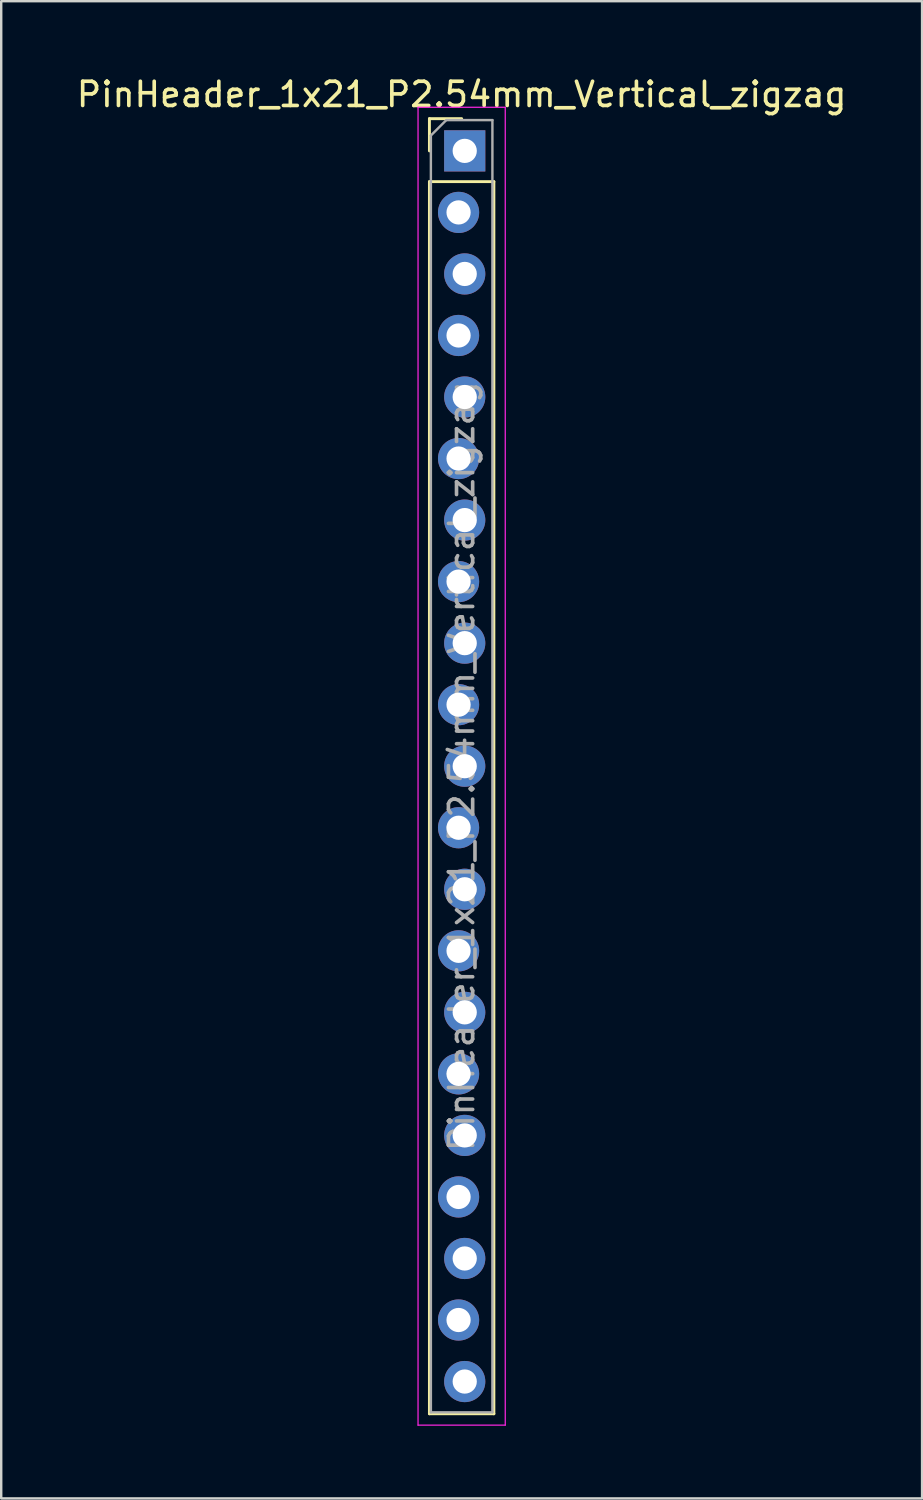
<source format=kicad_pcb>
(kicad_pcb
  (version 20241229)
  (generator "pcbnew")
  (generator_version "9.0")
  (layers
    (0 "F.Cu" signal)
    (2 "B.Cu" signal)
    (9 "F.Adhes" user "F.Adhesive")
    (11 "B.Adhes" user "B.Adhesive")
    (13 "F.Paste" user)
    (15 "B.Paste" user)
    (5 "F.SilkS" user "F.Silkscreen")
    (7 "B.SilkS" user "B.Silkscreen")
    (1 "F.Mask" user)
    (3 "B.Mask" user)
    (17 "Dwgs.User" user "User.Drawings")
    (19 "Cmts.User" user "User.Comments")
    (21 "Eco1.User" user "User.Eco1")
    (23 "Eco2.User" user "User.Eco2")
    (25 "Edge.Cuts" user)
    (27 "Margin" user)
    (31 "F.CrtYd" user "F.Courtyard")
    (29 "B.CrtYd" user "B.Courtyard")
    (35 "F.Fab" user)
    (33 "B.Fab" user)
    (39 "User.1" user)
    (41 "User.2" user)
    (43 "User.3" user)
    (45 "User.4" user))
  (footprint "PinHeader_1x21_P2.54mm_Vertical_zigzag"
    (layer "F.Cu")
    (at 16.006 3.178)
    (property "Reference" "PinHeader_1x21_P2.54mm_Vertical_zigzag" (at 0 -2.33 0) (layer "F.SilkS") (effects (font (size 1 1) (thickness 0.15))))
    (attr through_hole)
    (fp_line (start -1.33 -1.33) (end 0 -1.33) (stroke (width 0.12) (type solid)) (layer "F.SilkS"))
    (fp_line (start -1.33 0) (end -1.33 -1.33) (stroke (width 0.12) (type solid)) (layer "F.SilkS"))
    (fp_line (start -1.33 1.27) (end -1.33 52.13) (stroke (width 0.12) (type solid)) (layer "F.SilkS"))
    (fp_line (start -1.33 1.27) (end 1.33 1.27) (stroke (width 0.12) (type solid)) (layer "F.SilkS"))
    (fp_line (start -1.33 52.13) (end 1.33 52.13) (stroke (width 0.12) (type solid)) (layer "F.SilkS"))
    (fp_line (start 1.33 1.27) (end 1.33 52.13) (stroke (width 0.12) (type solid)) (layer "F.SilkS"))
    (fp_line (start -1.8 -1.8) (end -1.8 52.6) (stroke (width 0.05) (type solid)) (layer "F.CrtYd"))
    (fp_line (start -1.8 52.6) (end 1.8 52.6) (stroke (width 0.05) (type solid)) (layer "F.CrtYd"))
    (fp_line (start 1.8 -1.8) (end -1.8 -1.8) (stroke (width 0.05) (type solid)) (layer "F.CrtYd"))
    (fp_line (start 1.8 52.6) (end 1.8 -1.8) (stroke (width 0.05) (type solid)) (layer "F.CrtYd"))
    (fp_line (start -1.27 -0.635) (end -0.635 -1.27) (stroke (width 0.1) (type solid)) (layer "F.Fab"))
    (fp_line (start -1.27 52.07) (end -1.27 -0.635) (stroke (width 0.1) (type solid)) (layer "F.Fab"))
    (fp_line (start -0.635 -1.27) (end 1.27 -1.27) (stroke (width 0.1) (type solid)) (layer "F.Fab"))
    (fp_line (start 1.27 -1.27) (end 1.27 52.07) (stroke (width 0.1) (type solid)) (layer "F.Fab"))
    (fp_line (start 1.27 52.07) (end -1.27 52.07) (stroke (width 0.1) (type solid)) (layer "F.Fab"))
    (fp_text user "${REFERENCE}" (at 0 25.4 90) (layer "F.Fab") (effects (font (size 1 1) (thickness 0.15))))
    (pad "1" thru_hole rect (at 0.127 0) (size 1.7 1.7) (drill 1) (layers "*.Cu" "*.Mask"))
    (pad "2" thru_hole oval (at -0.127 2.54) (size 1.7 1.7) (drill 1) (layers "*.Cu" "*.Mask"))
    (pad "3" thru_hole oval (at 0.127 5.08) (size 1.7 1.7) (drill 1) (layers "*.Cu" "*.Mask"))
    (pad "4" thru_hole oval (at -0.127 7.62) (size 1.7 1.7) (drill 1) (layers "*.Cu" "*.Mask"))
    (pad "5" thru_hole oval (at 0.127 10.16) (size 1.7 1.7) (drill 1) (layers "*.Cu" "*.Mask"))
    (pad "6" thru_hole oval (at -0.127 12.7) (size 1.7 1.7) (drill 1) (layers "*.Cu" "*.Mask"))
    (pad "7" thru_hole oval (at 0.127 15.24) (size 1.7 1.7) (drill 1) (layers "*.Cu" "*.Mask"))
    (pad "8" thru_hole oval (at -0.127 17.78) (size 1.7 1.7) (drill 1) (layers "*.Cu" "*.Mask"))
    (pad "9" thru_hole oval (at 0.127 20.32) (size 1.7 1.7) (drill 1) (layers "*.Cu" "*.Mask"))
    (pad "10" thru_hole oval (at -0.127 22.86) (size 1.7 1.7) (drill 1) (layers "*.Cu" "*.Mask"))
    (pad "11" thru_hole oval (at 0.127 25.4) (size 1.7 1.7) (drill 1) (layers "*.Cu" "*.Mask"))
    (pad "12" thru_hole oval (at -0.127 27.94) (size 1.7 1.7) (drill 1) (layers "*.Cu" "*.Mask"))
    (pad "13" thru_hole oval (at 0.127 30.48) (size 1.7 1.7) (drill 1) (layers "*.Cu" "*.Mask"))
    (pad "14" thru_hole oval (at -0.127 33.02) (size 1.7 1.7) (drill 1) (layers "*.Cu" "*.Mask"))
    (pad "15" thru_hole oval (at 0.127 35.56) (size 1.7 1.7) (drill 1) (layers "*.Cu" "*.Mask"))
    (pad "16" thru_hole oval (at -0.127 38.1) (size 1.7 1.7) (drill 1) (layers "*.Cu" "*.Mask"))
    (pad "17" thru_hole oval (at 0.127 40.64) (size 1.7 1.7) (drill 1) (layers "*.Cu" "*.Mask"))
    (pad "18" thru_hole oval (at -0.127 43.18) (size 1.7 1.7) (drill 1) (layers "*.Cu" "*.Mask"))
    (pad "19" thru_hole oval (at 0.127 45.72) (size 1.7 1.7) (drill 1) (layers "*.Cu" "*.Mask"))
    (pad "20" thru_hole oval (at -0.127 48.26) (size 1.7 1.7) (drill 1) (layers "*.Cu" "*.Mask"))
    (pad "21" thru_hole oval (at 0.127 50.8) (size 1.7 1.7) (drill 1) (layers "*.Cu" "*.Mask")))
  (gr_rect
    (start -3 -3)
    (end 35.012 58.803)
    (stroke (width 0.1) (type default))
    (fill no)
    (layer "Edge.Cuts")))
</source>
